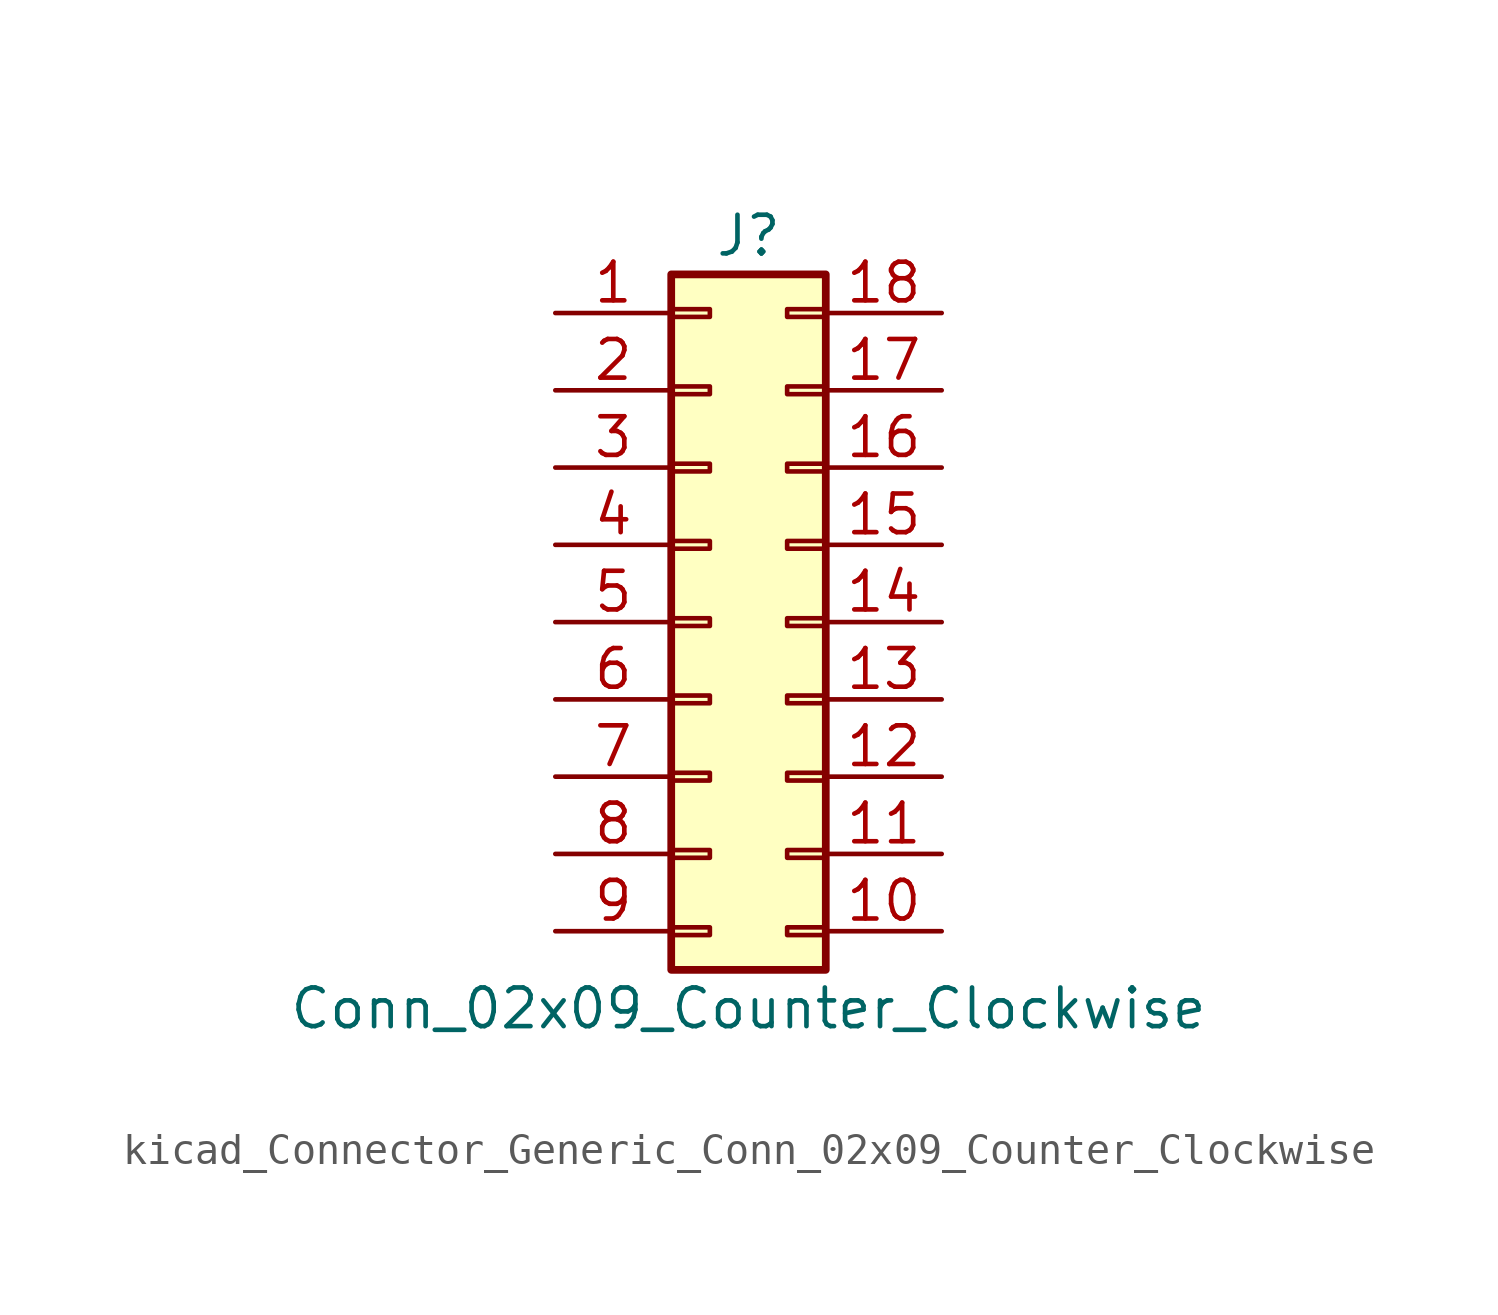
<source format=kicad_sym>
(kicad_symbol_lib
  (version 20220914)
  (generator kicad_symbol_editor)
  (symbol "kicad_Connector_Generic_Conn_02x09_Counter_Clockwise"
    (pin_names
      (offset 1.016) hide)
    (property "Reference" "J"
      (at 1.27 12.7 0)
      (effects (font (size 1.27 1.27))))
    (property "Value" "Conn_02x09_Counter_Clockwise"
      (at 1.27 -12.7 0)
      (effects (font (size 1.27 1.27))))
    (symbol "kicad_Connector_Generic_Conn_02x09_Counter_Clockwise_1_1"
      (rectangle (start -1.27 -10.033) (end 0 -10.287) (stroke (width 0.152) (type default)) (fill (type none)))
      (rectangle (start -1.27 -7.493) (end 0 -7.747) (stroke (width 0.152) (type default)) (fill (type none)))
      (rectangle (start -1.27 -4.953) (end 0 -5.207) (stroke (width 0.152) (type default)) (fill (type none)))
      (rectangle (start -1.27 -2.413) (end 0 -2.667) (stroke (width 0.152) (type default)) (fill (type none)))
      (rectangle (start -1.27 0.127) (end 0 -0.127) (stroke (width 0.152) (type default)) (fill (type none)))
      (rectangle (start -1.27 2.667) (end 0 2.413) (stroke (width 0.152) (type default)) (fill (type none)))
      (rectangle (start -1.27 5.207) (end 0 4.953) (stroke (width 0.152) (type default)) (fill (type none)))
      (rectangle (start -1.27 7.747) (end 0 7.493) (stroke (width 0.152) (type default)) (fill (type none)))
      (rectangle (start -1.27 10.287) (end 0 10.033) (stroke (width 0.152) (type default)) (fill (type none)))
      (rectangle (start -1.27 11.43) (end 3.81 -11.43) (stroke (width 0.254) (type default)) (fill (type background)))
      (rectangle (start 3.81 -10.033) (end 2.54 -10.287) (stroke (width 0.152) (type default)) (fill (type none)))
      (rectangle (start 3.81 -7.493) (end 2.54 -7.747) (stroke (width 0.152) (type default)) (fill (type none)))
      (rectangle (start 3.81 -4.953) (end 2.54 -5.207) (stroke (width 0.152) (type default)) (fill (type none)))
      (rectangle (start 3.81 -2.413) (end 2.54 -2.667) (stroke (width 0.152) (type default)) (fill (type none)))
      (rectangle (start 3.81 0.127) (end 2.54 -0.127) (stroke (width 0.152) (type default)) (fill (type none)))
      (rectangle (start 3.81 2.667) (end 2.54 2.413) (stroke (width 0.152) (type default)) (fill (type none)))
      (rectangle (start 3.81 5.207) (end 2.54 4.953) (stroke (width 0.152) (type default)) (fill (type none)))
      (rectangle (start 3.81 7.747) (end 2.54 7.493) (stroke (width 0.152) (type default)) (fill (type none)))
      (rectangle (start 3.81 10.287) (end 2.54 10.033) (stroke (width 0.152) (type default)) (fill (type none)))
      (pin passive line (at -5.08 10.16 0) (length 3.81) (name "Pin_1" (effects (font (size 1.27 1.27)))) (number "1" (effects (font (size 1.27 1.27)))))
      (pin passive line (at 7.62 -10.16 180) (length 3.81) (name "Pin_10" (effects (font (size 1.27 1.27)))) (number "10" (effects (font (size 1.27 1.27)))))
      (pin passive line (at 7.62 -7.62 180) (length 3.81) (name "Pin_11" (effects (font (size 1.27 1.27)))) (number "11" (effects (font (size 1.27 1.27)))))
      (pin passive line (at 7.62 -5.08 180) (length 3.81) (name "Pin_12" (effects (font (size 1.27 1.27)))) (number "12" (effects (font (size 1.27 1.27)))))
      (pin passive line (at 7.62 -2.54 180) (length 3.81) (name "Pin_13" (effects (font (size 1.27 1.27)))) (number "13" (effects (font (size 1.27 1.27)))))
      (pin passive line (at 7.62 0 180) (length 3.81) (name "Pin_14" (effects (font (size 1.27 1.27)))) (number "14" (effects (font (size 1.27 1.27)))))
      (pin passive line (at 7.62 2.54 180) (length 3.81) (name "Pin_15" (effects (font (size 1.27 1.27)))) (number "15" (effects (font (size 1.27 1.27)))))
      (pin passive line (at 7.62 5.08 180) (length 3.81) (name "Pin_16" (effects (font (size 1.27 1.27)))) (number "16" (effects (font (size 1.27 1.27)))))
      (pin passive line (at 7.62 7.62 180) (length 3.81) (name "Pin_17" (effects (font (size 1.27 1.27)))) (number "17" (effects (font (size 1.27 1.27)))))
      (pin passive line (at 7.62 10.16 180) (length 3.81) (name "Pin_18" (effects (font (size 1.27 1.27)))) (number "18" (effects (font (size 1.27 1.27)))))
      (pin passive line (at -5.08 7.62 0) (length 3.81) (name "Pin_2" (effects (font (size 1.27 1.27)))) (number "2" (effects (font (size 1.27 1.27)))))
      (pin passive line (at -5.08 5.08 0) (length 3.81) (name "Pin_3" (effects (font (size 1.27 1.27)))) (number "3" (effects (font (size 1.27 1.27)))))
      (pin passive line (at -5.08 2.54 0) (length 3.81) (name "Pin_4" (effects (font (size 1.27 1.27)))) (number "4" (effects (font (size 1.27 1.27)))))
      (pin passive line (at -5.08 0 0) (length 3.81) (name "Pin_5" (effects (font (size 1.27 1.27)))) (number "5" (effects (font (size 1.27 1.27)))))
      (pin passive line (at -5.08 -2.54 0) (length 3.81) (name "Pin_6" (effects (font (size 1.27 1.27)))) (number "6" (effects (font (size 1.27 1.27)))))
      (pin passive line (at -5.08 -5.08 0) (length 3.81) (name "Pin_7" (effects (font (size 1.27 1.27)))) (number "7" (effects (font (size 1.27 1.27)))))
      (pin passive line (at -5.08 -7.62 0) (length 3.81) (name "Pin_8" (effects (font (size 1.27 1.27)))) (number "8" (effects (font (size 1.27 1.27)))))
      (pin passive line (at -5.08 -10.16 0) (length 3.81) (name "Pin_9" (effects (font (size 1.27 1.27)))) (number "9" (effects (font (size 1.27 1.27))))))))
</source>
